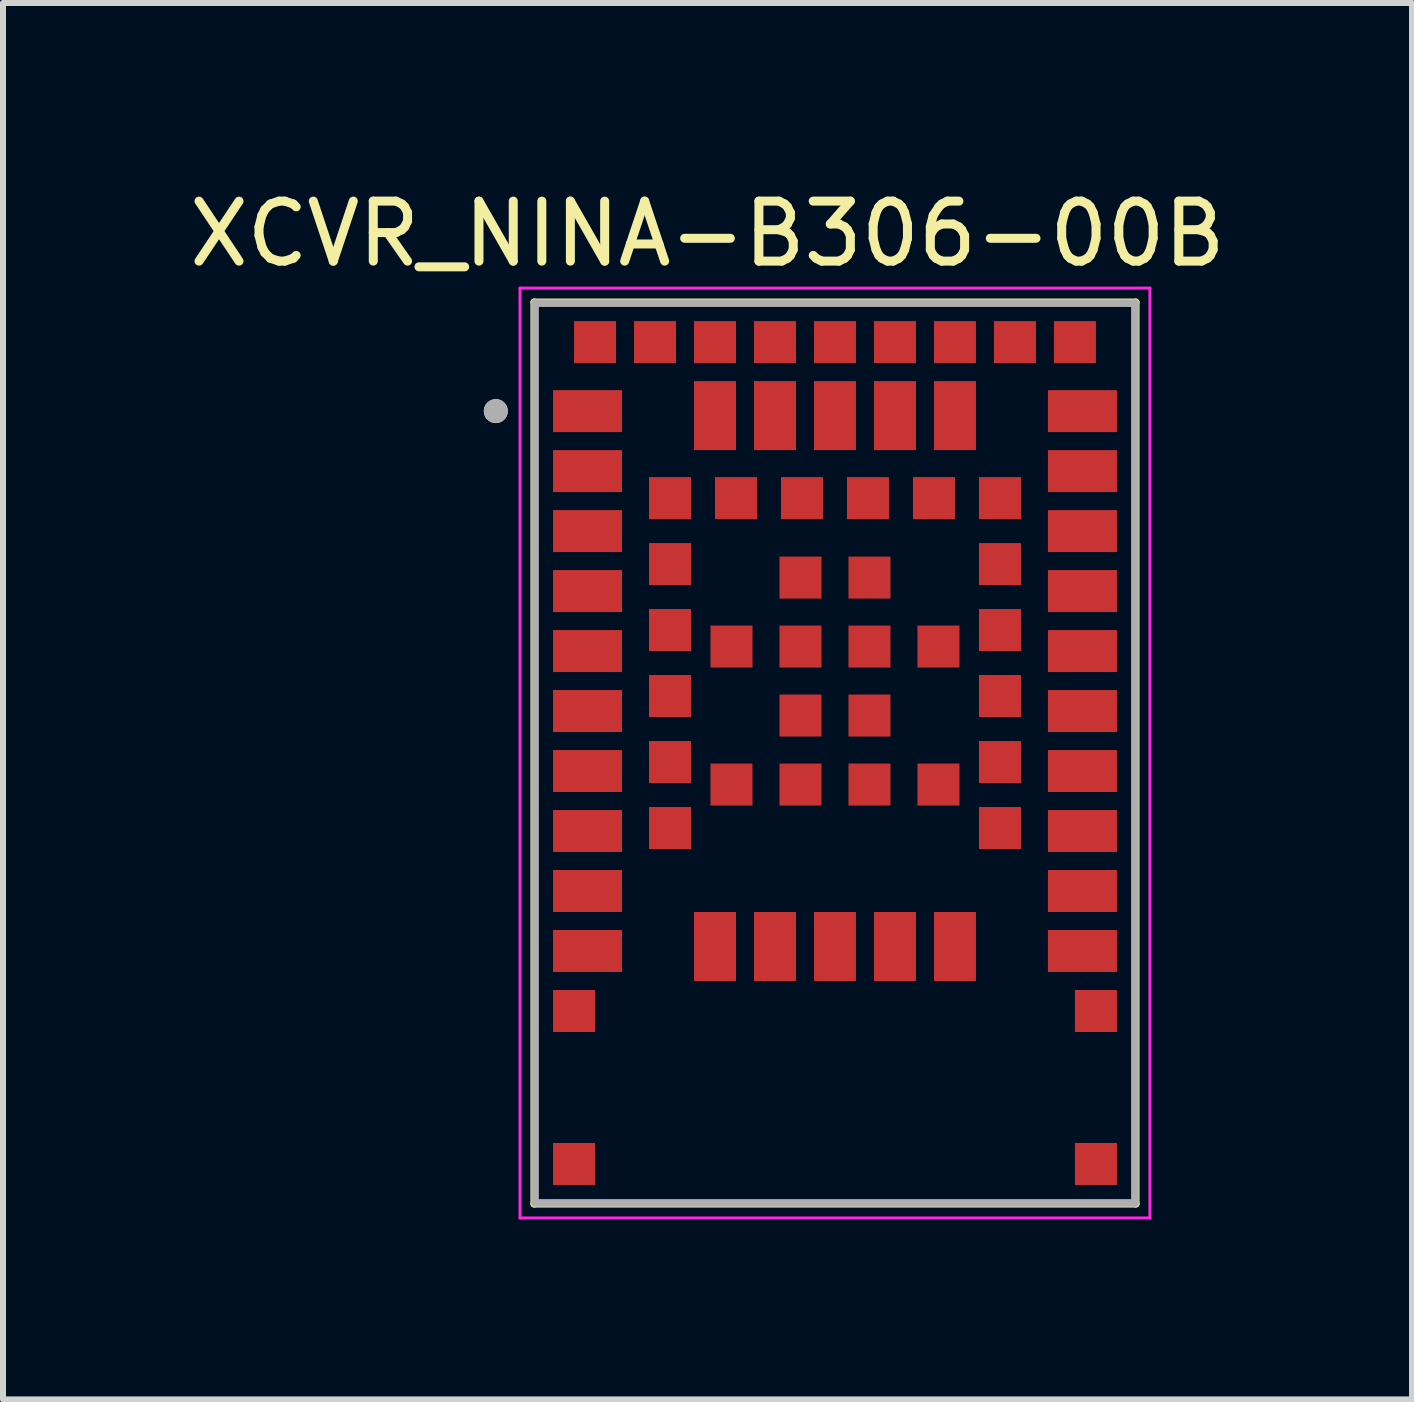
<source format=kicad_pcb>
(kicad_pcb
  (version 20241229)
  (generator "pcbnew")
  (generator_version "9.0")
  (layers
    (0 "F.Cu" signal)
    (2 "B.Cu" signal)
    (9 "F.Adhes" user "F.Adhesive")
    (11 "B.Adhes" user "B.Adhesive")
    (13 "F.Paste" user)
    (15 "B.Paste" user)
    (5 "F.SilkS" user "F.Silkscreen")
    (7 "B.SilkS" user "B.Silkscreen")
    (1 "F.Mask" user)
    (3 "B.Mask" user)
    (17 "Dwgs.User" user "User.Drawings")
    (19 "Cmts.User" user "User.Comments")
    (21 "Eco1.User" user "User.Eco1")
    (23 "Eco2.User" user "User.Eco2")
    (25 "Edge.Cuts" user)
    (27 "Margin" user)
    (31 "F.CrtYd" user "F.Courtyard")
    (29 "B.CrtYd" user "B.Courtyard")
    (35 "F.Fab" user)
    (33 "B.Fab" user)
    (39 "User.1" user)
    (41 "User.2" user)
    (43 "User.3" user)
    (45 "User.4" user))
  (footprint "XCVR_NINA-B306-00B"
    (layer "F.Cu")
    (at 10.869 9.503)
    (property "Reference" "XCVR_NINA-B306-00B" (at -2.125 -8.655 0) (layer "F.SilkS") (effects (font (size 1 1) (thickness 0.15))))
    (attr smd)
    (fp_line (start -5.013 -7.513) (end 5.013 -7.513) (stroke (width 0.127) (type solid)) (layer "F.SilkS"))
    (fp_line (start -5.013 7.513) (end -5.013 -7.513) (stroke (width 0.127) (type solid)) (layer "F.SilkS"))
    (fp_line (start 5.013 -7.513) (end 5.013 7.513) (stroke (width 0.127) (type solid)) (layer "F.SilkS"))
    (fp_line (start 5.013 7.513) (end -5.013 7.513) (stroke (width 0.127) (type solid)) (layer "F.SilkS"))
    (fp_circle (center -5.654 -5.7) (end -5.554 -5.7) (stroke (width 0.2) (type solid)) (fill no) (layer "F.SilkS"))
    (fp_line (start -5.25 -7.75) (end 5.25 -7.75) (stroke (width 0.05) (type solid)) (layer "F.CrtYd"))
    (fp_line (start -5.25 7.75) (end -5.25 -7.75) (stroke (width 0.05) (type solid)) (layer "F.CrtYd"))
    (fp_line (start 5.25 -7.75) (end 5.25 7.75) (stroke (width 0.05) (type solid)) (layer "F.CrtYd"))
    (fp_line (start 5.25 7.75) (end -5.25 7.75) (stroke (width 0.05) (type solid)) (layer "F.CrtYd"))
    (fp_line (start -5 -7.5) (end 5 -7.5) (stroke (width 0.127) (type solid)) (layer "F.Fab"))
    (fp_line (start -5 7.5) (end -5 -7.5) (stroke (width 0.127) (type solid)) (layer "F.Fab"))
    (fp_line (start 5 -7.5) (end 5 7.5) (stroke (width 0.127) (type solid)) (layer "F.Fab"))
    (fp_line (start 5 7.5) (end -5 7.5) (stroke (width 0.127) (type solid)) (layer "F.Fab"))
    (fp_circle (center -5.654 -5.7) (end -5.554 -5.7) (stroke (width 0.2) (type solid)) (fill no) (layer "F.Fab"))
    (pad "1" smd rect (at -4.125 -5.7) (size 1.15 0.7) (layers "F.Cu" "F.Mask" "F.Paste"))
    (pad "2" smd rect (at -4.125 -4.7) (size 1.15 0.7) (layers "F.Cu" "F.Mask" "F.Paste"))
    (pad "3" smd rect (at -4.125 -3.7) (size 1.15 0.7) (layers "F.Cu" "F.Mask" "F.Paste"))
    (pad "4" smd rect (at -4.125 -2.7) (size 1.15 0.7) (layers "F.Cu" "F.Mask" "F.Paste"))
    (pad "5" smd rect (at -4.125 -1.7) (size 1.15 0.7) (layers "F.Cu" "F.Mask" "F.Paste"))
    (pad "6" smd rect (at -4.125 -0.7) (size 1.15 0.7) (layers "F.Cu" "F.Mask" "F.Paste"))
    (pad "7" smd rect (at -4.125 0.3) (size 1.15 0.7) (layers "F.Cu" "F.Mask" "F.Paste"))
    (pad "8" smd rect (at -4.125 1.3) (size 1.15 0.7) (layers "F.Cu" "F.Mask" "F.Paste"))
    (pad "9" smd rect (at -4.125 2.3) (size 1.15 0.7) (layers "F.Cu" "F.Mask" "F.Paste"))
    (pad "10" smd rect (at -4.125 3.3) (size 1.15 0.7) (layers "F.Cu" "F.Mask" "F.Paste"))
    (pad "11" smd rect (at -2 3.225) (size 0.7 1.15) (layers "F.Cu" "F.Mask" "F.Paste"))
    (pad "12" smd rect (at -1 3.225) (size 0.7 1.15) (layers "F.Cu" "F.Mask" "F.Paste"))
    (pad "13" smd rect (at 0 3.225) (size 0.7 1.15) (layers "F.Cu" "F.Mask" "F.Paste"))
    (pad "14" smd rect (at 1 3.225) (size 0.7 1.15) (layers "F.Cu" "F.Mask" "F.Paste"))
    (pad "15" smd rect (at 2 3.225) (size 0.7 1.15) (layers "F.Cu" "F.Mask" "F.Paste"))
    (pad "16" smd rect (at 4.125 3.3) (size 1.15 0.7) (layers "F.Cu" "F.Mask" "F.Paste"))
    (pad "17" smd rect (at 4.125 2.3) (size 1.15 0.7) (layers "F.Cu" "F.Mask" "F.Paste"))
    (pad "18" smd rect (at 4.125 1.3) (size 1.15 0.7) (layers "F.Cu" "F.Mask" "F.Paste"))
    (pad "19" smd rect (at 4.125 0.3) (size 1.15 0.7) (layers "F.Cu" "F.Mask" "F.Paste"))
    (pad "20" smd rect (at 4.125 -0.7) (size 1.15 0.7) (layers "F.Cu" "F.Mask" "F.Paste"))
    (pad "21" smd rect (at 4.125 -1.7) (size 1.15 0.7) (layers "F.Cu" "F.Mask" "F.Paste"))
    (pad "22" smd rect (at 4.125 -2.7) (size 1.15 0.7) (layers "F.Cu" "F.Mask" "F.Paste"))
    (pad "23" smd rect (at 4.125 -3.7) (size 1.15 0.7) (layers "F.Cu" "F.Mask" "F.Paste"))
    (pad "24" smd rect (at 4.125 -4.7) (size 1.15 0.7) (layers "F.Cu" "F.Mask" "F.Paste"))
    (pad "25" smd rect (at 4.125 -5.7) (size 1.15 0.7) (layers "F.Cu" "F.Mask" "F.Paste"))
    (pad "26" smd rect (at 2 -5.625) (size 0.7 1.15) (layers "F.Cu" "F.Mask" "F.Paste"))
    (pad "27" smd rect (at 1 -5.625) (size 0.7 1.15) (layers "F.Cu" "F.Mask" "F.Paste"))
    (pad "28" smd rect (at 0 -5.625) (size 0.7 1.15) (layers "F.Cu" "F.Mask" "F.Paste"))
    (pad "29" smd rect (at -1 -5.625) (size 0.7 1.15) (layers "F.Cu" "F.Mask" "F.Paste"))
    (pad "30" smd rect (at -2 -5.625) (size 0.7 1.15) (layers "F.Cu" "F.Mask" "F.Paste"))
    (pad "31" smd rect (at -2.75 -4.25) (size 0.7 0.7) (layers "F.Cu" "F.Mask" "F.Paste"))
    (pad "32" smd rect (at -2.75 -3.15) (size 0.7 0.7) (layers "F.Cu" "F.Mask" "F.Paste"))
    (pad "33" smd rect (at -2.75 -2.05) (size 0.7 0.7) (layers "F.Cu" "F.Mask" "F.Paste"))
    (pad "34" smd rect (at -2.75 -0.95) (size 0.7 0.7) (layers "F.Cu" "F.Mask" "F.Paste"))
    (pad "35" smd rect (at -2.75 0.15) (size 0.7 0.7) (layers "F.Cu" "F.Mask" "F.Paste"))
    (pad "36" smd rect (at -2.75 1.25) (size 0.7 0.7) (layers "F.Cu" "F.Mask" "F.Paste"))
    (pad "37" smd rect (at 2.75 1.25) (size 0.7 0.7) (layers "F.Cu" "F.Mask" "F.Paste"))
    (pad "38" smd rect (at 2.75 0.15) (size 0.7 0.7) (layers "F.Cu" "F.Mask" "F.Paste"))
    (pad "39" smd rect (at 2.75 -0.95) (size 0.7 0.7) (layers "F.Cu" "F.Mask" "F.Paste"))
    (pad "40" smd rect (at 2.75 -2.05) (size 0.7 0.7) (layers "F.Cu" "F.Mask" "F.Paste"))
    (pad "41" smd rect (at 2.75 -3.15) (size 0.7 0.7) (layers "F.Cu" "F.Mask" "F.Paste"))
    (pad "42" smd rect (at 2.75 -4.25) (size 0.7 0.7) (layers "F.Cu" "F.Mask" "F.Paste"))
    (pad "43" smd rect (at 1.65 -4.25) (size 0.7 0.7) (layers "F.Cu" "F.Mask" "F.Paste"))
    (pad "44" smd rect (at 0.55 -4.25) (size 0.7 0.7) (layers "F.Cu" "F.Mask" "F.Paste"))
    (pad "45" smd rect (at -0.55 -4.25) (size 0.7 0.7) (layers "F.Cu" "F.Mask" "F.Paste"))
    (pad "46" smd rect (at -1.65 -4.25) (size 0.7 0.7) (layers "F.Cu" "F.Mask" "F.Paste"))
    (pad "47" smd rect (at 4 -6.85) (size 0.7 0.7) (layers "F.Cu" "F.Mask" "F.Paste"))
    (pad "48" smd rect (at 3 -6.85) (size 0.7 0.7) (layers "F.Cu" "F.Mask" "F.Paste"))
    (pad "49" smd rect (at 2 -6.85) (size 0.7 0.7) (layers "F.Cu" "F.Mask" "F.Paste"))
    (pad "50" smd rect (at 1 -6.85) (size 0.7 0.7) (layers "F.Cu" "F.Mask" "F.Paste"))
    (pad "51" smd rect (at 0 -6.85) (size 0.7 0.7) (layers "F.Cu" "F.Mask" "F.Paste"))
    (pad "52" smd rect (at -1 -6.85) (size 0.7 0.7) (layers "F.Cu" "F.Mask" "F.Paste"))
    (pad "53" smd rect (at -2 -6.85) (size 0.7 0.7) (layers "F.Cu" "F.Mask" "F.Paste"))
    (pad "54" smd rect (at -3 -6.85) (size 0.7 0.7) (layers "F.Cu" "F.Mask" "F.Paste"))
    (pad "55" smd rect (at -4 -6.85) (size 0.7 0.7) (layers "F.Cu" "F.Mask" "F.Paste"))
    (pad "EAGP1" smd rect (at -4.35 4.3) (size 0.7 0.7) (layers "F.Cu" "F.Mask" "F.Paste"))
    (pad "EAGP2" smd rect (at 4.35 4.3) (size 0.7 0.7) (layers "F.Cu" "F.Mask" "F.Paste"))
    (pad "EAGP3" smd rect (at -4.35 6.85) (size 0.7 0.7) (layers "F.Cu" "F.Mask" "F.Paste"))
    (pad "EAGP4" smd rect (at 4.35 6.85) (size 0.7 0.7) (layers "F.Cu" "F.Mask" "F.Paste"))
    (pad "EGP1" smd rect (at -0.575 -2.925) (size 0.7 0.7) (layers "F.Cu" "F.Mask" "F.Paste"))
    (pad "EGP2" smd rect (at 0.575 -2.925) (size 0.7 0.7) (layers "F.Cu" "F.Mask" "F.Paste"))
    (pad "EGP3" smd rect (at -1.725 -1.775) (size 0.7 0.7) (layers "F.Cu" "F.Mask" "F.Paste"))
    (pad "EGP4" smd rect (at -0.575 -1.775) (size 0.7 0.7) (layers "F.Cu" "F.Mask" "F.Paste"))
    (pad "EGP5" smd rect (at 0.575 -1.775) (size 0.7 0.7) (layers "F.Cu" "F.Mask" "F.Paste"))
    (pad "EGP6" smd rect (at 1.725 -1.775) (size 0.7 0.7) (layers "F.Cu" "F.Mask" "F.Paste"))
    (pad "EGP7" smd rect (at -0.575 -0.625) (size 0.7 0.7) (layers "F.Cu" "F.Mask" "F.Paste"))
    (pad "EGP8" smd rect (at 0.575 -0.625) (size 0.7 0.7) (layers "F.Cu" "F.Mask" "F.Paste"))
    (pad "EGP9" smd rect (at -1.725 0.525) (size 0.7 0.7) (layers "F.Cu" "F.Mask" "F.Paste"))
    (pad "EGP10" smd rect (at -0.575 0.525) (size 0.7 0.7) (layers "F.Cu" "F.Mask" "F.Paste"))
    (pad "EGP11" smd rect (at 0.575 0.525) (size 0.7 0.7) (layers "F.Cu" "F.Mask" "F.Paste"))
    (pad "EGP12" smd rect (at 1.725 0.525) (size 0.7 0.7) (layers "F.Cu" "F.Mask" "F.Paste")))
  (gr_rect
    (start -3 -3)
    (end 20.488 20.278)
    (stroke (width 0.1) (type default))
    (fill no)
    (layer "Edge.Cuts")))
</source>
